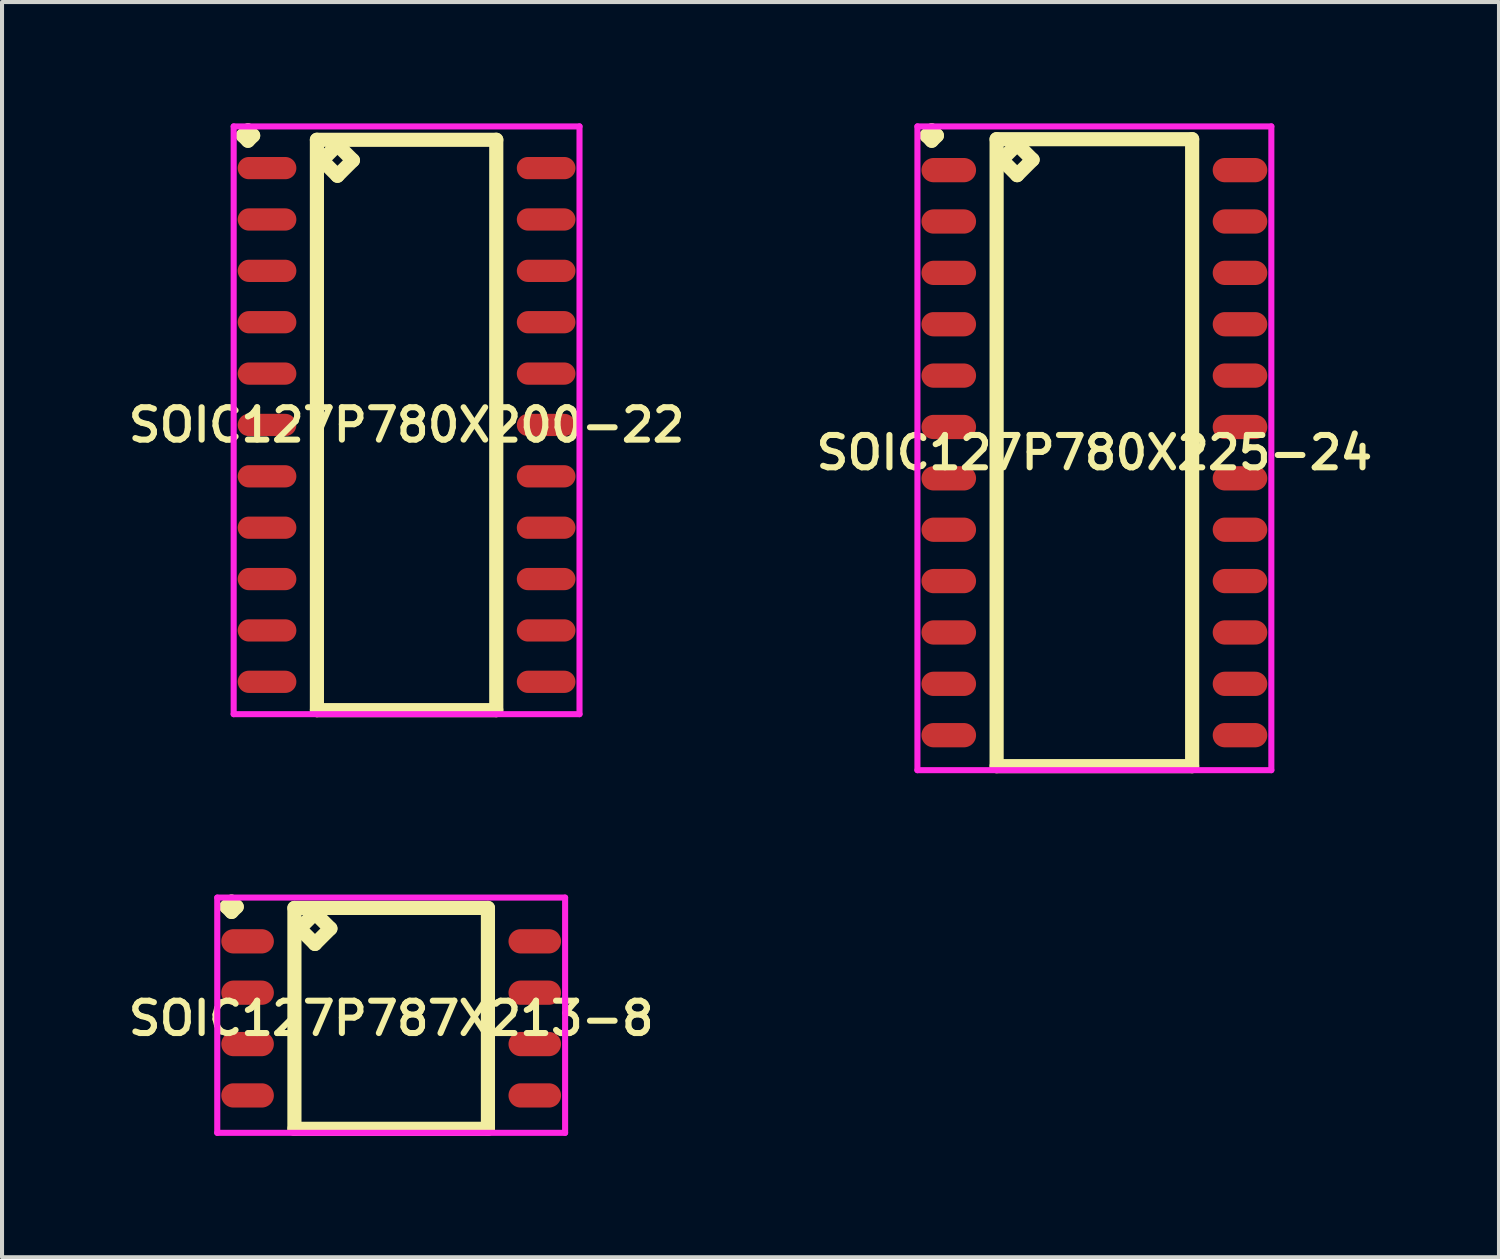
<source format=kicad_pcb>
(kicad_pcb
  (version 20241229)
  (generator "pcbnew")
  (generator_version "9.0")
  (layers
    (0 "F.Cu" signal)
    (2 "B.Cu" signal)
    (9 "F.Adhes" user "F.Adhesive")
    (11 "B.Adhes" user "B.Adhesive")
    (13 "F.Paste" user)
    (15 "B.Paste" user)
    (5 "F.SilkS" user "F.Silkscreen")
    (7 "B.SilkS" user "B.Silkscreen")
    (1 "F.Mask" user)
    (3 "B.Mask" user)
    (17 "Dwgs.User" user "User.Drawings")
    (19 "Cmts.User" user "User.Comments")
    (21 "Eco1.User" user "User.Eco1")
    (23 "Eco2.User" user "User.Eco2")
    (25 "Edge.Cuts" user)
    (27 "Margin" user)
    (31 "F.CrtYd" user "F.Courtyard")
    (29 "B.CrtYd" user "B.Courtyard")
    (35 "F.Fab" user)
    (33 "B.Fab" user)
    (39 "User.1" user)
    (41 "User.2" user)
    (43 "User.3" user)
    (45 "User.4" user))
  (footprint "SOIC127P780X200-22"
    (layer "F.Cu")
    (at 7.002 7.456)
    (property "Reference" "SOIC127P780X200-22" (at 0 0 0) (layer "F.SilkS") (effects (font (size 0.8 0.8) (thickness 0.15))))
    (attr smd)
    (fp_line (start -4.048 -7.154) (end -3.921 -7.281) (stroke (width 0.35) (type solid)) (layer "F.SilkS"))
    (fp_line (start -3.921 -7.281) (end -3.794 -7.154) (stroke (width 0.35) (type solid)) (layer "F.SilkS"))
    (fp_line (start -3.921 -7.027) (end -4.048 -7.154) (stroke (width 0.35) (type solid)) (layer "F.SilkS"))
    (fp_line (start -3.794 -7.154) (end -3.921 -7.027) (stroke (width 0.35) (type solid)) (layer "F.SilkS"))
    (fp_line (start -2.217 -7.05) (end -2.217 7.05) (stroke (width 0.35) (type solid)) (layer "F.SilkS"))
    (fp_line (start -2.217 7.05) (end 2.217 7.05) (stroke (width 0.35) (type solid)) (layer "F.SilkS"))
    (fp_line (start -2.09 -6.542) (end -1.709 -6.923) (stroke (width 0.35) (type solid)) (layer "F.SilkS"))
    (fp_line (start -1.709 -6.923) (end -1.328 -6.542) (stroke (width 0.35) (type solid)) (layer "F.SilkS"))
    (fp_line (start -1.709 -6.161) (end -2.09 -6.542) (stroke (width 0.35) (type solid)) (layer "F.SilkS"))
    (fp_line (start -1.328 -6.542) (end -1.709 -6.161) (stroke (width 0.35) (type solid)) (layer "F.SilkS"))
    (fp_line (start 2.217 -7.05) (end -2.217 -7.05) (stroke (width 0.35) (type solid)) (layer "F.SilkS"))
    (fp_line (start 2.217 7.05) (end 2.217 -7.05) (stroke (width 0.35) (type solid)) (layer "F.SilkS"))
    (fp_line (start -4.275 -7.381) (end 4.275 -7.381) (stroke (width 0.15) (type solid)) (layer "F.CrtYd"))
    (fp_line (start -4.275 7.15) (end -4.275 -7.381) (stroke (width 0.15) (type solid)) (layer "F.CrtYd"))
    (fp_line (start 4.275 -7.381) (end 4.275 7.15) (stroke (width 0.15) (type solid)) (layer "F.CrtYd"))
    (fp_line (start 4.275 7.15) (end -4.275 7.15) (stroke (width 0.15) (type solid)) (layer "F.CrtYd"))
    (pad "1" smd oval (at -3.45 -6.35) (size 1.45 0.55) (layers "F.Cu" "F.Mask" "F.Paste"))
    (pad "2" smd oval (at -3.45 -5.08) (size 1.45 0.55) (layers "F.Cu" "F.Mask" "F.Paste"))
    (pad "3" smd oval (at -3.45 -3.81) (size 1.45 0.55) (layers "F.Cu" "F.Mask" "F.Paste"))
    (pad "4" smd oval (at -3.45 -2.54) (size 1.45 0.55) (layers "F.Cu" "F.Mask" "F.Paste"))
    (pad "5" smd oval (at -3.45 -1.27) (size 1.45 0.55) (layers "F.Cu" "F.Mask" "F.Paste"))
    (pad "6" smd oval (at -3.45 0) (size 1.45 0.55) (layers "F.Cu" "F.Mask" "F.Paste"))
    (pad "7" smd oval (at -3.45 1.27) (size 1.45 0.55) (layers "F.Cu" "F.Mask" "F.Paste"))
    (pad "8" smd oval (at -3.45 2.54) (size 1.45 0.55) (layers "F.Cu" "F.Mask" "F.Paste"))
    (pad "9" smd oval (at -3.45 3.81) (size 1.45 0.55) (layers "F.Cu" "F.Mask" "F.Paste"))
    (pad "10" smd oval (at -3.45 5.08) (size 1.45 0.55) (layers "F.Cu" "F.Mask" "F.Paste"))
    (pad "11" smd oval (at -3.45 6.35) (size 1.45 0.55) (layers "F.Cu" "F.Mask" "F.Paste"))
    (pad "12" smd oval (at 3.45 6.35) (size 1.45 0.55) (layers "F.Cu" "F.Mask" "F.Paste"))
    (pad "13" smd oval (at 3.45 5.08) (size 1.45 0.55) (layers "F.Cu" "F.Mask" "F.Paste"))
    (pad "14" smd oval (at 3.45 3.81) (size 1.45 0.55) (layers "F.Cu" "F.Mask" "F.Paste"))
    (pad "15" smd oval (at 3.45 2.54) (size 1.45 0.55) (layers "F.Cu" "F.Mask" "F.Paste"))
    (pad "16" smd oval (at 3.45 1.27) (size 1.45 0.55) (layers "F.Cu" "F.Mask" "F.Paste"))
    (pad "17" smd oval (at 3.45 0) (size 1.45 0.55) (layers "F.Cu" "F.Mask" "F.Paste"))
    (pad "18" smd oval (at 3.45 -1.27) (size 1.45 0.55) (layers "F.Cu" "F.Mask" "F.Paste"))
    (pad "19" smd oval (at 3.45 -2.54) (size 1.45 0.55) (layers "F.Cu" "F.Mask" "F.Paste"))
    (pad "20" smd oval (at 3.45 -3.81) (size 1.45 0.55) (layers "F.Cu" "F.Mask" "F.Paste"))
    (pad "21" smd oval (at 3.45 -5.08) (size 1.45 0.55) (layers "F.Cu" "F.Mask" "F.Paste"))
    (pad "22" smd oval (at 3.45 -6.35) (size 1.45 0.55) (layers "F.Cu" "F.Mask" "F.Paste")))
  (footprint "SOIC127P787X213-8"
    (layer "F.Cu")
    (at 6.621 22.127)
    (property "Reference" "SOIC127P787X213-8" (at 0 0 0) (layer "F.SilkS") (effects (font (size 0.8 0.8) (thickness 0.15))))
    (attr smd)
    (fp_line (start -4.073 -2.759) (end -3.946 -2.886) (stroke (width 0.35) (type solid)) (layer "F.SilkS"))
    (fp_line (start -3.946 -2.886) (end -3.819 -2.759) (stroke (width 0.35) (type solid)) (layer "F.SilkS"))
    (fp_line (start -3.946 -2.632) (end -4.073 -2.759) (stroke (width 0.35) (type solid)) (layer "F.SilkS"))
    (fp_line (start -3.819 -2.759) (end -3.946 -2.632) (stroke (width 0.35) (type solid)) (layer "F.SilkS"))
    (fp_line (start -2.392 -2.73) (end -2.392 2.73) (stroke (width 0.35) (type solid)) (layer "F.SilkS"))
    (fp_line (start -2.392 2.73) (end 2.392 2.73) (stroke (width 0.35) (type solid)) (layer "F.SilkS"))
    (fp_line (start -2.265 -2.222) (end -1.884 -2.603) (stroke (width 0.35) (type solid)) (layer "F.SilkS"))
    (fp_line (start -1.884 -2.603) (end -1.503 -2.222) (stroke (width 0.35) (type solid)) (layer "F.SilkS"))
    (fp_line (start -1.884 -1.841) (end -2.265 -2.222) (stroke (width 0.35) (type solid)) (layer "F.SilkS"))
    (fp_line (start -1.503 -2.222) (end -1.884 -1.841) (stroke (width 0.35) (type solid)) (layer "F.SilkS"))
    (fp_line (start 2.392 -2.73) (end -2.392 -2.73) (stroke (width 0.35) (type solid)) (layer "F.SilkS"))
    (fp_line (start 2.392 2.73) (end 2.392 -2.73) (stroke (width 0.35) (type solid)) (layer "F.SilkS"))
    (fp_line (start -4.3 -2.986) (end 4.3 -2.986) (stroke (width 0.15) (type solid)) (layer "F.CrtYd"))
    (fp_line (start -4.3 2.83) (end -4.3 -2.986) (stroke (width 0.15) (type solid)) (layer "F.CrtYd"))
    (fp_line (start 4.3 -2.986) (end 4.3 2.83) (stroke (width 0.15) (type solid)) (layer "F.CrtYd"))
    (fp_line (start 4.3 2.83) (end -4.3 2.83) (stroke (width 0.15) (type solid)) (layer "F.CrtYd"))
    (pad "1" smd oval (at -3.55 -1.905) (size 1.3 0.6) (layers "F.Cu" "F.Mask" "F.Paste"))
    (pad "2" smd oval (at -3.55 -0.635) (size 1.3 0.6) (layers "F.Cu" "F.Mask" "F.Paste"))
    (pad "3" smd oval (at -3.55 0.635) (size 1.3 0.6) (layers "F.Cu" "F.Mask" "F.Paste"))
    (pad "4" smd oval (at -3.55 1.905) (size 1.3 0.6) (layers "F.Cu" "F.Mask" "F.Paste"))
    (pad "5" smd oval (at 3.55 1.905) (size 1.3 0.6) (layers "F.Cu" "F.Mask" "F.Paste"))
    (pad "6" smd oval (at 3.55 0.635) (size 1.3 0.6) (layers "F.Cu" "F.Mask" "F.Paste"))
    (pad "7" smd oval (at 3.55 -0.635) (size 1.3 0.6) (layers "F.Cu" "F.Mask" "F.Paste"))
    (pad "8" smd oval (at 3.55 -1.905) (size 1.3 0.6) (layers "F.Cu" "F.Mask" "F.Paste")))
  (footprint "SOIC127P780X225-24"
    (layer "F.Cu")
    (at 24.006 8.141)
    (property "Reference" "SOIC127P780X225-24" (at 0 0 0) (layer "F.SilkS") (effects (font (size 0.8 0.8) (thickness 0.15))))
    (attr smd)
    (fp_line (start -4.148 -7.839) (end -4.021 -7.966) (stroke (width 0.35) (type solid)) (layer "F.SilkS"))
    (fp_line (start -4.021 -7.966) (end -3.894 -7.839) (stroke (width 0.35) (type solid)) (layer "F.SilkS"))
    (fp_line (start -4.021 -7.712) (end -4.148 -7.839) (stroke (width 0.35) (type solid)) (layer "F.SilkS"))
    (fp_line (start -3.894 -7.839) (end -4.021 -7.712) (stroke (width 0.35) (type solid)) (layer "F.SilkS"))
    (fp_line (start -2.417 -7.75) (end -2.417 7.75) (stroke (width 0.35) (type solid)) (layer "F.SilkS"))
    (fp_line (start -2.417 7.75) (end 2.417 7.75) (stroke (width 0.35) (type solid)) (layer "F.SilkS"))
    (fp_line (start -2.29 -7.242) (end -1.909 -7.623) (stroke (width 0.35) (type solid)) (layer "F.SilkS"))
    (fp_line (start -1.909 -7.623) (end -1.528 -7.242) (stroke (width 0.35) (type solid)) (layer "F.SilkS"))
    (fp_line (start -1.909 -6.861) (end -2.29 -7.242) (stroke (width 0.35) (type solid)) (layer "F.SilkS"))
    (fp_line (start -1.528 -7.242) (end -1.909 -6.861) (stroke (width 0.35) (type solid)) (layer "F.SilkS"))
    (fp_line (start 2.417 -7.75) (end -2.417 -7.75) (stroke (width 0.35) (type solid)) (layer "F.SilkS"))
    (fp_line (start 2.417 7.75) (end 2.417 -7.75) (stroke (width 0.35) (type solid)) (layer "F.SilkS"))
    (fp_line (start -4.375 -8.066) (end 4.375 -8.066) (stroke (width 0.15) (type solid)) (layer "F.CrtYd"))
    (fp_line (start -4.375 7.85) (end -4.375 -8.066) (stroke (width 0.15) (type solid)) (layer "F.CrtYd"))
    (fp_line (start 4.375 -8.066) (end 4.375 7.85) (stroke (width 0.15) (type solid)) (layer "F.CrtYd"))
    (fp_line (start 4.375 7.85) (end -4.375 7.85) (stroke (width 0.15) (type solid)) (layer "F.CrtYd"))
    (pad "1" smd oval (at -3.6 -6.985) (size 1.35 0.6) (layers "F.Cu" "F.Mask" "F.Paste"))
    (pad "2" smd oval (at -3.6 -5.715) (size 1.35 0.6) (layers "F.Cu" "F.Mask" "F.Paste"))
    (pad "3" smd oval (at -3.6 -4.445) (size 1.35 0.6) (layers "F.Cu" "F.Mask" "F.Paste"))
    (pad "4" smd oval (at -3.6 -3.175) (size 1.35 0.6) (layers "F.Cu" "F.Mask" "F.Paste"))
    (pad "5" smd oval (at -3.6 -1.905) (size 1.35 0.6) (layers "F.Cu" "F.Mask" "F.Paste"))
    (pad "6" smd oval (at -3.6 -0.635) (size 1.35 0.6) (layers "F.Cu" "F.Mask" "F.Paste"))
    (pad "7" smd oval (at -3.6 0.635) (size 1.35 0.6) (layers "F.Cu" "F.Mask" "F.Paste"))
    (pad "8" smd oval (at -3.6 1.905) (size 1.35 0.6) (layers "F.Cu" "F.Mask" "F.Paste"))
    (pad "9" smd oval (at -3.6 3.175) (size 1.35 0.6) (layers "F.Cu" "F.Mask" "F.Paste"))
    (pad "10" smd oval (at -3.6 4.445) (size 1.35 0.6) (layers "F.Cu" "F.Mask" "F.Paste"))
    (pad "11" smd oval (at -3.6 5.715) (size 1.35 0.6) (layers "F.Cu" "F.Mask" "F.Paste"))
    (pad "12" smd oval (at -3.6 6.985) (size 1.35 0.6) (layers "F.Cu" "F.Mask" "F.Paste"))
    (pad "13" smd oval (at 3.6 6.985) (size 1.35 0.6) (layers "F.Cu" "F.Mask" "F.Paste"))
    (pad "14" smd oval (at 3.6 5.715) (size 1.35 0.6) (layers "F.Cu" "F.Mask" "F.Paste"))
    (pad "15" smd oval (at 3.6 4.445) (size 1.35 0.6) (layers "F.Cu" "F.Mask" "F.Paste"))
    (pad "16" smd oval (at 3.6 3.175) (size 1.35 0.6) (layers "F.Cu" "F.Mask" "F.Paste"))
    (pad "17" smd oval (at 3.6 1.905) (size 1.35 0.6) (layers "F.Cu" "F.Mask" "F.Paste"))
    (pad "18" smd oval (at 3.6 0.635) (size 1.35 0.6) (layers "F.Cu" "F.Mask" "F.Paste"))
    (pad "19" smd oval (at 3.6 -0.635) (size 1.35 0.6) (layers "F.Cu" "F.Mask" "F.Paste"))
    (pad "20" smd oval (at 3.6 -1.905) (size 1.35 0.6) (layers "F.Cu" "F.Mask" "F.Paste"))
    (pad "21" smd oval (at 3.6 -3.175) (size 1.35 0.6) (layers "F.Cu" "F.Mask" "F.Paste"))
    (pad "22" smd oval (at 3.6 -4.445) (size 1.35 0.6) (layers "F.Cu" "F.Mask" "F.Paste"))
    (pad "23" smd oval (at 3.6 -5.715) (size 1.35 0.6) (layers "F.Cu" "F.Mask" "F.Paste"))
    (pad "24" smd oval (at 3.6 -6.985) (size 1.35 0.6) (layers "F.Cu" "F.Mask" "F.Paste")))
  (gr_rect
    (start -3 -3)
    (end 34.009 28.032)
    (stroke (width 0.1) (type default))
    (fill no)
    (layer "Edge.Cuts")))
</source>
